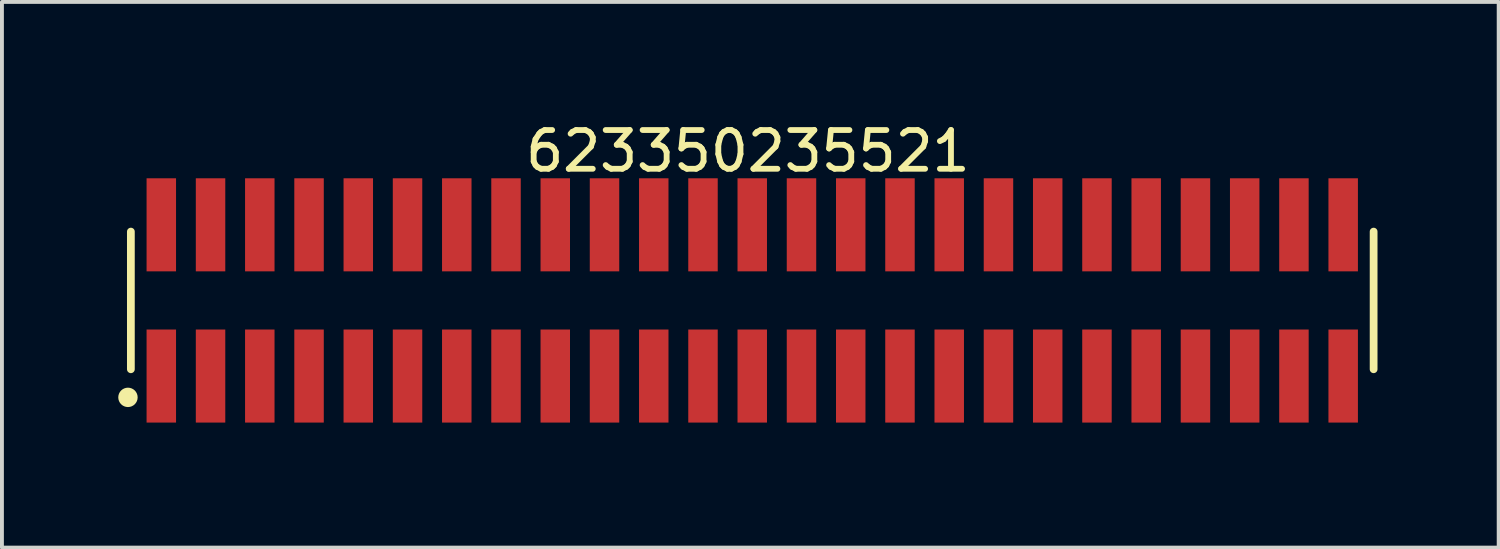
<source format=kicad_pcb>
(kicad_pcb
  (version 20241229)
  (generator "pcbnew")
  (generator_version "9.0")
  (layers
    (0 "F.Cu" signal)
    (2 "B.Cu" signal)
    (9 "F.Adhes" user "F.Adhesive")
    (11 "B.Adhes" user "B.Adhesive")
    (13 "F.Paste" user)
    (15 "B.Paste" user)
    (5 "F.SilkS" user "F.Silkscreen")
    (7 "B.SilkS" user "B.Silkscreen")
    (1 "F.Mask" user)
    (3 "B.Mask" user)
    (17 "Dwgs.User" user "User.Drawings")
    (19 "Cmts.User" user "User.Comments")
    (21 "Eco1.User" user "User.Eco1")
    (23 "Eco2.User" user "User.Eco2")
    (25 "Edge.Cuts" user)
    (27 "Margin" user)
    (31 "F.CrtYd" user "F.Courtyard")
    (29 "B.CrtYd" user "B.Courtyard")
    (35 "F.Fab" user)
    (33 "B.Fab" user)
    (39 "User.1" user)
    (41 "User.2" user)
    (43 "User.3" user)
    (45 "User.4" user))
  (footprint "623350235521"
    (layer "F.Cu")
    (at 16.35 4.698)
    (property "Reference" "623350235521" (at -0.113 -3.85 0) (layer "F.SilkS") (effects (font (size 1 1) (thickness 0.15))))
    (fp_line (start -16.025 1.775) (end -16.025 -1.775) (stroke (width 0.2) (type solid)) (layer "F.SilkS"))
    (fp_line (start 16.025 1.775) (end 16.025 -1.775) (stroke (width 0.2) (type solid)) (layer "F.SilkS"))
    (fp_circle (center -16.1 2.5) (end -16.1 2.375) (stroke (width 0.25) (type solid)) (fill no) (layer "F.SilkS"))
    (fp_line (start -16.225 -3.35) (end 16.225 -3.35) (stroke (width 0.05) (type solid)) (layer "Eco2.User"))
    (fp_line (start -16.225 3.35) (end -16.225 -3.35) (stroke (width 0.05) (type solid)) (layer "Eco2.User"))
    (fp_line (start -16.225 3.35) (end 16.225 3.35) (stroke (width 0.05) (type solid)) (layer "Eco2.User"))
    (fp_line (start -15.875 -1.7) (end 15.875 -1.7) (stroke (width 0.1) (type solid)) (layer "Eco2.User"))
    (fp_line (start -15.875 1.7) (end -15.875 -1.7) (stroke (width 0.1) (type solid)) (layer "Eco2.User"))
    (fp_line (start -15.875 1.7) (end 15.875 1.7) (stroke (width 0.1) (type solid)) (layer "Eco2.User"))
    (fp_line (start -15.44 -2.75) (end -15.04 -2.75) (stroke (width 0.1) (type solid)) (layer "Eco2.User"))
    (fp_line (start -15.44 -1.7) (end -15.44 -2.75) (stroke (width 0.1) (type solid)) (layer "Eco2.User"))
    (fp_line (start -15.44 2.75) (end -15.44 1.7) (stroke (width 0.1) (type solid)) (layer "Eco2.User"))
    (fp_line (start -15.44 2.75) (end -15.04 2.75) (stroke (width 0.1) (type solid)) (layer "Eco2.User"))
    (fp_line (start -15.04 -1.7) (end -15.04 -2.75) (stroke (width 0.1) (type solid)) (layer "Eco2.User"))
    (fp_line (start -15.04 2.75) (end -15.04 1.7) (stroke (width 0.1) (type solid)) (layer "Eco2.User"))
    (fp_line (start -14.17 -2.75) (end -13.77 -2.75) (stroke (width 0.1) (type solid)) (layer "Eco2.User"))
    (fp_line (start -14.17 -1.7) (end -14.17 -2.75) (stroke (width 0.1) (type solid)) (layer "Eco2.User"))
    (fp_line (start -14.17 2.75) (end -14.17 1.7) (stroke (width 0.1) (type solid)) (layer "Eco2.User"))
    (fp_line (start -14.17 2.75) (end -13.77 2.75) (stroke (width 0.1) (type solid)) (layer "Eco2.User"))
    (fp_line (start -13.77 -1.7) (end -13.77 -2.75) (stroke (width 0.1) (type solid)) (layer "Eco2.User"))
    (fp_line (start -13.77 2.75) (end -13.77 1.7) (stroke (width 0.1) (type solid)) (layer "Eco2.User"))
    (fp_line (start -12.9 -2.75) (end -12.5 -2.75) (stroke (width 0.1) (type solid)) (layer "Eco2.User"))
    (fp_line (start -12.9 -1.7) (end -12.9 -2.75) (stroke (width 0.1) (type solid)) (layer "Eco2.User"))
    (fp_line (start -12.9 2.75) (end -12.9 1.7) (stroke (width 0.1) (type solid)) (layer "Eco2.User"))
    (fp_line (start -12.9 2.75) (end -12.5 2.75) (stroke (width 0.1) (type solid)) (layer "Eco2.User"))
    (fp_line (start -12.5 -1.7) (end -12.5 -2.75) (stroke (width 0.1) (type solid)) (layer "Eco2.User"))
    (fp_line (start -12.5 2.75) (end -12.5 1.7) (stroke (width 0.1) (type solid)) (layer "Eco2.User"))
    (fp_line (start -11.63 -2.75) (end -11.23 -2.75) (stroke (width 0.1) (type solid)) (layer "Eco2.User"))
    (fp_line (start -11.63 -1.7) (end -11.63 -2.75) (stroke (width 0.1) (type solid)) (layer "Eco2.User"))
    (fp_line (start -11.63 2.75) (end -11.63 1.7) (stroke (width 0.1) (type solid)) (layer "Eco2.User"))
    (fp_line (start -11.63 2.75) (end -11.23 2.75) (stroke (width 0.1) (type solid)) (layer "Eco2.User"))
    (fp_line (start -11.23 -1.7) (end -11.23 -2.75) (stroke (width 0.1) (type solid)) (layer "Eco2.User"))
    (fp_line (start -11.23 2.75) (end -11.23 1.7) (stroke (width 0.1) (type solid)) (layer "Eco2.User"))
    (fp_line (start -10.36 -2.75) (end -9.96 -2.75) (stroke (width 0.1) (type solid)) (layer "Eco2.User"))
    (fp_line (start -10.36 -1.7) (end -10.36 -2.75) (stroke (width 0.1) (type solid)) (layer "Eco2.User"))
    (fp_line (start -10.36 2.75) (end -10.36 1.7) (stroke (width 0.1) (type solid)) (layer "Eco2.User"))
    (fp_line (start -10.36 2.75) (end -9.96 2.75) (stroke (width 0.1) (type solid)) (layer "Eco2.User"))
    (fp_line (start -9.96 -1.7) (end -9.96 -2.75) (stroke (width 0.1) (type solid)) (layer "Eco2.User"))
    (fp_line (start -9.96 2.75) (end -9.96 1.7) (stroke (width 0.1) (type solid)) (layer "Eco2.User"))
    (fp_line (start -9.09 -2.75) (end -8.69 -2.75) (stroke (width 0.1) (type solid)) (layer "Eco2.User"))
    (fp_line (start -9.09 -1.7) (end -9.09 -2.75) (stroke (width 0.1) (type solid)) (layer "Eco2.User"))
    (fp_line (start -9.09 2.75) (end -9.09 1.7) (stroke (width 0.1) (type solid)) (layer "Eco2.User"))
    (fp_line (start -9.09 2.75) (end -8.69 2.75) (stroke (width 0.1) (type solid)) (layer "Eco2.User"))
    (fp_line (start -8.69 -1.7) (end -8.69 -2.75) (stroke (width 0.1) (type solid)) (layer "Eco2.User"))
    (fp_line (start -8.69 2.75) (end -8.69 1.7) (stroke (width 0.1) (type solid)) (layer "Eco2.User"))
    (fp_line (start -7.82 -2.75) (end -7.42 -2.75) (stroke (width 0.1) (type solid)) (layer "Eco2.User"))
    (fp_line (start -7.82 -1.7) (end -7.82 -2.75) (stroke (width 0.1) (type solid)) (layer "Eco2.User"))
    (fp_line (start -7.82 2.75) (end -7.82 1.7) (stroke (width 0.1) (type solid)) (layer "Eco2.User"))
    (fp_line (start -7.82 2.75) (end -7.42 2.75) (stroke (width 0.1) (type solid)) (layer "Eco2.User"))
    (fp_line (start -7.42 -1.7) (end -7.42 -2.75) (stroke (width 0.1) (type solid)) (layer "Eco2.User"))
    (fp_line (start -7.42 2.75) (end -7.42 1.7) (stroke (width 0.1) (type solid)) (layer "Eco2.User"))
    (fp_line (start -6.55 -2.75) (end -6.15 -2.75) (stroke (width 0.1) (type solid)) (layer "Eco2.User"))
    (fp_line (start -6.55 -1.7) (end -6.55 -2.75) (stroke (width 0.1) (type solid)) (layer "Eco2.User"))
    (fp_line (start -6.55 2.75) (end -6.55 1.7) (stroke (width 0.1) (type solid)) (layer "Eco2.User"))
    (fp_line (start -6.55 2.75) (end -6.15 2.75) (stroke (width 0.1) (type solid)) (layer "Eco2.User"))
    (fp_line (start -6.15 -1.7) (end -6.15 -2.75) (stroke (width 0.1) (type solid)) (layer "Eco2.User"))
    (fp_line (start -6.15 2.75) (end -6.15 1.7) (stroke (width 0.1) (type solid)) (layer "Eco2.User"))
    (fp_line (start -5.28 -2.75) (end -4.88 -2.75) (stroke (width 0.1) (type solid)) (layer "Eco2.User"))
    (fp_line (start -5.28 -1.7) (end -5.28 -2.75) (stroke (width 0.1) (type solid)) (layer "Eco2.User"))
    (fp_line (start -5.28 2.75) (end -5.28 1.7) (stroke (width 0.1) (type solid)) (layer "Eco2.User"))
    (fp_line (start -5.28 2.75) (end -4.88 2.75) (stroke (width 0.1) (type solid)) (layer "Eco2.User"))
    (fp_line (start -4.88 -1.7) (end -4.88 -2.75) (stroke (width 0.1) (type solid)) (layer "Eco2.User"))
    (fp_line (start -4.88 2.75) (end -4.88 1.7) (stroke (width 0.1) (type solid)) (layer "Eco2.User"))
    (fp_line (start -4.01 -2.75) (end -3.61 -2.75) (stroke (width 0.1) (type solid)) (layer "Eco2.User"))
    (fp_line (start -4.01 -1.7) (end -4.01 -2.75) (stroke (width 0.1) (type solid)) (layer "Eco2.User"))
    (fp_line (start -4.01 2.75) (end -4.01 1.7) (stroke (width 0.1) (type solid)) (layer "Eco2.User"))
    (fp_line (start -4.01 2.75) (end -3.61 2.75) (stroke (width 0.1) (type solid)) (layer "Eco2.User"))
    (fp_line (start -3.61 -1.7) (end -3.61 -2.75) (stroke (width 0.1) (type solid)) (layer "Eco2.User"))
    (fp_line (start -3.61 2.75) (end -3.61 1.7) (stroke (width 0.1) (type solid)) (layer "Eco2.User"))
    (fp_line (start -2.74 -2.75) (end -2.34 -2.75) (stroke (width 0.1) (type solid)) (layer "Eco2.User"))
    (fp_line (start -2.74 -1.7) (end -2.74 -2.75) (stroke (width 0.1) (type solid)) (layer "Eco2.User"))
    (fp_line (start -2.74 2.75) (end -2.74 1.7) (stroke (width 0.1) (type solid)) (layer "Eco2.User"))
    (fp_line (start -2.74 2.75) (end -2.34 2.75) (stroke (width 0.1) (type solid)) (layer "Eco2.User"))
    (fp_line (start -2.34 -1.7) (end -2.34 -2.75) (stroke (width 0.1) (type solid)) (layer "Eco2.User"))
    (fp_line (start -2.34 2.75) (end -2.34 1.7) (stroke (width 0.1) (type solid)) (layer "Eco2.User"))
    (fp_line (start -1.47 -2.75) (end -1.07 -2.75) (stroke (width 0.1) (type solid)) (layer "Eco2.User"))
    (fp_line (start -1.47 -1.7) (end -1.47 -2.75) (stroke (width 0.1) (type solid)) (layer "Eco2.User"))
    (fp_line (start -1.47 2.75) (end -1.47 1.7) (stroke (width 0.1) (type solid)) (layer "Eco2.User"))
    (fp_line (start -1.47 2.75) (end -1.07 2.75) (stroke (width 0.1) (type solid)) (layer "Eco2.User"))
    (fp_line (start -1.07 -1.7) (end -1.07 -2.75) (stroke (width 0.1) (type solid)) (layer "Eco2.User"))
    (fp_line (start -1.07 2.75) (end -1.07 1.7) (stroke (width 0.1) (type solid)) (layer "Eco2.User"))
    (fp_line (start -0.5 0) (end 0.5 0) (stroke (width 0.05) (type solid)) (layer "Eco2.User"))
    (fp_line (start -0.2 -2.75) (end 0.2 -2.75) (stroke (width 0.1) (type solid)) (layer "Eco2.User"))
    (fp_line (start -0.2 -1.7) (end -0.2 -2.75) (stroke (width 0.1) (type solid)) (layer "Eco2.User"))
    (fp_line (start -0.2 2.75) (end -0.2 1.7) (stroke (width 0.1) (type solid)) (layer "Eco2.User"))
    (fp_line (start -0.2 2.75) (end 0.2 2.75) (stroke (width 0.1) (type solid)) (layer "Eco2.User"))
    (fp_line (start 0 0.5) (end 0 -0.5) (stroke (width 0.05) (type solid)) (layer "Eco2.User"))
    (fp_line (start 0.2 -1.7) (end 0.2 -2.75) (stroke (width 0.1) (type solid)) (layer "Eco2.User"))
    (fp_line (start 0.2 2.75) (end 0.2 1.7) (stroke (width 0.1) (type solid)) (layer "Eco2.User"))
    (fp_line (start 1.07 -2.75) (end 1.47 -2.75) (stroke (width 0.1) (type solid)) (layer "Eco2.User"))
    (fp_line (start 1.07 -1.7) (end 1.07 -2.75) (stroke (width 0.1) (type solid)) (layer "Eco2.User"))
    (fp_line (start 1.07 2.75) (end 1.07 1.7) (stroke (width 0.1) (type solid)) (layer "Eco2.User"))
    (fp_line (start 1.07 2.75) (end 1.47 2.75) (stroke (width 0.1) (type solid)) (layer "Eco2.User"))
    (fp_line (start 1.47 -1.7) (end 1.47 -2.75) (stroke (width 0.1) (type solid)) (layer "Eco2.User"))
    (fp_line (start 1.47 2.75) (end 1.47 1.7) (stroke (width 0.1) (type solid)) (layer "Eco2.User"))
    (fp_line (start 2.34 -2.75) (end 2.74 -2.75) (stroke (width 0.1) (type solid)) (layer "Eco2.User"))
    (fp_line (start 2.34 -1.7) (end 2.34 -2.75) (stroke (width 0.1) (type solid)) (layer "Eco2.User"))
    (fp_line (start 2.34 2.75) (end 2.34 1.7) (stroke (width 0.1) (type solid)) (layer "Eco2.User"))
    (fp_line (start 2.34 2.75) (end 2.74 2.75) (stroke (width 0.1) (type solid)) (layer "Eco2.User"))
    (fp_line (start 2.74 -1.7) (end 2.74 -2.75) (stroke (width 0.1) (type solid)) (layer "Eco2.User"))
    (fp_line (start 2.74 2.75) (end 2.74 1.7) (stroke (width 0.1) (type solid)) (layer "Eco2.User"))
    (fp_line (start 3.61 -2.75) (end 4.01 -2.75) (stroke (width 0.1) (type solid)) (layer "Eco2.User"))
    (fp_line (start 3.61 -1.7) (end 3.61 -2.75) (stroke (width 0.1) (type solid)) (layer "Eco2.User"))
    (fp_line (start 3.61 2.75) (end 3.61 1.7) (stroke (width 0.1) (type solid)) (layer "Eco2.User"))
    (fp_line (start 3.61 2.75) (end 4.01 2.75) (stroke (width 0.1) (type solid)) (layer "Eco2.User"))
    (fp_line (start 4.01 -1.7) (end 4.01 -2.75) (stroke (width 0.1) (type solid)) (layer "Eco2.User"))
    (fp_line (start 4.01 2.75) (end 4.01 1.7) (stroke (width 0.1) (type solid)) (layer "Eco2.User"))
    (fp_line (start 4.88 -2.75) (end 5.28 -2.75) (stroke (width 0.1) (type solid)) (layer "Eco2.User"))
    (fp_line (start 4.88 -1.7) (end 4.88 -2.75) (stroke (width 0.1) (type solid)) (layer "Eco2.User"))
    (fp_line (start 4.88 2.75) (end 4.88 1.7) (stroke (width 0.1) (type solid)) (layer "Eco2.User"))
    (fp_line (start 4.88 2.75) (end 5.28 2.75) (stroke (width 0.1) (type solid)) (layer "Eco2.User"))
    (fp_line (start 5.28 -1.7) (end 5.28 -2.75) (stroke (width 0.1) (type solid)) (layer "Eco2.User"))
    (fp_line (start 5.28 2.75) (end 5.28 1.7) (stroke (width 0.1) (type solid)) (layer "Eco2.User"))
    (fp_line (start 6.15 -2.75) (end 6.55 -2.75) (stroke (width 0.1) (type solid)) (layer "Eco2.User"))
    (fp_line (start 6.15 -1.7) (end 6.15 -2.75) (stroke (width 0.1) (type solid)) (layer "Eco2.User"))
    (fp_line (start 6.15 2.75) (end 6.15 1.7) (stroke (width 0.1) (type solid)) (layer "Eco2.User"))
    (fp_line (start 6.15 2.75) (end 6.55 2.75) (stroke (width 0.1) (type solid)) (layer "Eco2.User"))
    (fp_line (start 6.55 -1.7) (end 6.55 -2.75) (stroke (width 0.1) (type solid)) (layer "Eco2.User"))
    (fp_line (start 6.55 2.75) (end 6.55 1.7) (stroke (width 0.1) (type solid)) (layer "Eco2.User"))
    (fp_line (start 7.42 -2.75) (end 7.82 -2.75) (stroke (width 0.1) (type solid)) (layer "Eco2.User"))
    (fp_line (start 7.42 -1.7) (end 7.42 -2.75) (stroke (width 0.1) (type solid)) (layer "Eco2.User"))
    (fp_line (start 7.42 2.75) (end 7.42 1.7) (stroke (width 0.1) (type solid)) (layer "Eco2.User"))
    (fp_line (start 7.42 2.75) (end 7.82 2.75) (stroke (width 0.1) (type solid)) (layer "Eco2.User"))
    (fp_line (start 7.82 -1.7) (end 7.82 -2.75) (stroke (width 0.1) (type solid)) (layer "Eco2.User"))
    (fp_line (start 7.82 2.75) (end 7.82 1.7) (stroke (width 0.1) (type solid)) (layer "Eco2.User"))
    (fp_line (start 8.69 -2.75) (end 9.09 -2.75) (stroke (width 0.1) (type solid)) (layer "Eco2.User"))
    (fp_line (start 8.69 -1.7) (end 8.69 -2.75) (stroke (width 0.1) (type solid)) (layer "Eco2.User"))
    (fp_line (start 8.69 2.75) (end 8.69 1.7) (stroke (width 0.1) (type solid)) (layer "Eco2.User"))
    (fp_line (start 8.69 2.75) (end 9.09 2.75) (stroke (width 0.1) (type solid)) (layer "Eco2.User"))
    (fp_line (start 9.09 -1.7) (end 9.09 -2.75) (stroke (width 0.1) (type solid)) (layer "Eco2.User"))
    (fp_line (start 9.09 2.75) (end 9.09 1.7) (stroke (width 0.1) (type solid)) (layer "Eco2.User"))
    (fp_line (start 9.96 -2.75) (end 10.36 -2.75) (stroke (width 0.1) (type solid)) (layer "Eco2.User"))
    (fp_line (start 9.96 -1.7) (end 9.96 -2.75) (stroke (width 0.1) (type solid)) (layer "Eco2.User"))
    (fp_line (start 9.96 2.75) (end 9.96 1.7) (stroke (width 0.1) (type solid)) (layer "Eco2.User"))
    (fp_line (start 9.96 2.75) (end 10.36 2.75) (stroke (width 0.1) (type solid)) (layer "Eco2.User"))
    (fp_line (start 10.36 -1.7) (end 10.36 -2.75) (stroke (width 0.1) (type solid)) (layer "Eco2.User"))
    (fp_line (start 10.36 2.75) (end 10.36 1.7) (stroke (width 0.1) (type solid)) (layer "Eco2.User"))
    (fp_line (start 11.23 -2.75) (end 11.63 -2.75) (stroke (width 0.1) (type solid)) (layer "Eco2.User"))
    (fp_line (start 11.23 -1.7) (end 11.23 -2.75) (stroke (width 0.1) (type solid)) (layer "Eco2.User"))
    (fp_line (start 11.23 2.75) (end 11.23 1.7) (stroke (width 0.1) (type solid)) (layer "Eco2.User"))
    (fp_line (start 11.23 2.75) (end 11.63 2.75) (stroke (width 0.1) (type solid)) (layer "Eco2.User"))
    (fp_line (start 11.63 -1.7) (end 11.63 -2.75) (stroke (width 0.1) (type solid)) (layer "Eco2.User"))
    (fp_line (start 11.63 2.75) (end 11.63 1.7) (stroke (width 0.1) (type solid)) (layer "Eco2.User"))
    (fp_line (start 12.5 -2.75) (end 12.9 -2.75) (stroke (width 0.1) (type solid)) (layer "Eco2.User"))
    (fp_line (start 12.5 -1.7) (end 12.5 -2.75) (stroke (width 0.1) (type solid)) (layer "Eco2.User"))
    (fp_line (start 12.5 2.75) (end 12.5 1.7) (stroke (width 0.1) (type solid)) (layer "Eco2.User"))
    (fp_line (start 12.5 2.75) (end 12.9 2.75) (stroke (width 0.1) (type solid)) (layer "Eco2.User"))
    (fp_line (start 12.9 -1.7) (end 12.9 -2.75) (stroke (width 0.1) (type solid)) (layer "Eco2.User"))
    (fp_line (start 12.9 2.75) (end 12.9 1.7) (stroke (width 0.1) (type solid)) (layer "Eco2.User"))
    (fp_line (start 13.77 -2.75) (end 14.17 -2.75) (stroke (width 0.1) (type solid)) (layer "Eco2.User"))
    (fp_line (start 13.77 -1.7) (end 13.77 -2.75) (stroke (width 0.1) (type solid)) (layer "Eco2.User"))
    (fp_line (start 13.77 2.75) (end 13.77 1.7) (stroke (width 0.1) (type solid)) (layer "Eco2.User"))
    (fp_line (start 13.77 2.75) (end 14.17 2.75) (stroke (width 0.1) (type solid)) (layer "Eco2.User"))
    (fp_line (start 14.17 -1.7) (end 14.17 -2.75) (stroke (width 0.1) (type solid)) (layer "Eco2.User"))
    (fp_line (start 14.17 2.75) (end 14.17 1.7) (stroke (width 0.1) (type solid)) (layer "Eco2.User"))
    (fp_line (start 15.04 -2.75) (end 15.44 -2.75) (stroke (width 0.1) (type solid)) (layer "Eco2.User"))
    (fp_line (start 15.04 -1.7) (end 15.04 -2.75) (stroke (width 0.1) (type solid)) (layer "Eco2.User"))
    (fp_line (start 15.04 2.75) (end 15.04 1.7) (stroke (width 0.1) (type solid)) (layer "Eco2.User"))
    (fp_line (start 15.04 2.75) (end 15.44 2.75) (stroke (width 0.1) (type solid)) (layer "Eco2.User"))
    (fp_line (start 15.44 -1.7) (end 15.44 -2.75) (stroke (width 0.1) (type solid)) (layer "Eco2.User"))
    (fp_line (start 15.44 2.75) (end 15.44 1.7) (stroke (width 0.1) (type solid)) (layer "Eco2.User"))
    (fp_line (start 15.875 1.7) (end 15.875 -1.7) (stroke (width 0.1) (type solid)) (layer "Eco2.User"))
    (fp_line (start 16.225 3.35) (end 16.225 -3.35) (stroke (width 0.05) (type solid)) (layer "Eco2.User"))
    (fp_text user "${REFERENCE}" (at 0.15 -0.197 0) (unlocked yes) (layer "User.3") (effects (font (size 1.5 1.5) (thickness 0.15))))
    (pad "1" smd rect (at -15.24 1.95) (size 0.76 2.4) (layers "F.Cu" "F.Mask" "F.Paste"))
    (pad "2" smd rect (at -15.24 -1.95) (size 0.76 2.4) (layers "F.Cu" "F.Mask" "F.Paste"))
    (pad "3" smd rect (at -13.97 1.95) (size 0.76 2.4) (layers "F.Cu" "F.Mask" "F.Paste"))
    (pad "4" smd rect (at -13.97 -1.95) (size 0.76 2.4) (layers "F.Cu" "F.Mask" "F.Paste"))
    (pad "5" smd rect (at -12.7 1.95) (size 0.76 2.4) (layers "F.Cu" "F.Mask" "F.Paste"))
    (pad "6" smd rect (at -12.7 -1.95) (size 0.76 2.4) (layers "F.Cu" "F.Mask" "F.Paste"))
    (pad "7" smd rect (at -11.43 1.95) (size 0.76 2.4) (layers "F.Cu" "F.Mask" "F.Paste"))
    (pad "8" smd rect (at -11.43 -1.95) (size 0.76 2.4) (layers "F.Cu" "F.Mask" "F.Paste"))
    (pad "9" smd rect (at -10.16 1.95) (size 0.76 2.4) (layers "F.Cu" "F.Mask" "F.Paste"))
    (pad "10" smd rect (at -10.16 -1.95) (size 0.76 2.4) (layers "F.Cu" "F.Mask" "F.Paste"))
    (pad "11" smd rect (at -8.89 1.95) (size 0.76 2.4) (layers "F.Cu" "F.Mask" "F.Paste"))
    (pad "12" smd rect (at -8.89 -1.95) (size 0.76 2.4) (layers "F.Cu" "F.Mask" "F.Paste"))
    (pad "13" smd rect (at -7.62 1.95) (size 0.76 2.4) (layers "F.Cu" "F.Mask" "F.Paste"))
    (pad "14" smd rect (at -7.62 -1.95) (size 0.76 2.4) (layers "F.Cu" "F.Mask" "F.Paste"))
    (pad "15" smd rect (at -6.35 1.95) (size 0.76 2.4) (layers "F.Cu" "F.Mask" "F.Paste"))
    (pad "16" smd rect (at -6.35 -1.95) (size 0.76 2.4) (layers "F.Cu" "F.Mask" "F.Paste"))
    (pad "17" smd rect (at -5.08 1.95) (size 0.76 2.4) (layers "F.Cu" "F.Mask" "F.Paste"))
    (pad "18" smd rect (at -5.08 -1.95) (size 0.76 2.4) (layers "F.Cu" "F.Mask" "F.Paste"))
    (pad "19" smd rect (at -3.81 1.95) (size 0.76 2.4) (layers "F.Cu" "F.Mask" "F.Paste"))
    (pad "20" smd rect (at -3.81 -1.95) (size 0.76 2.4) (layers "F.Cu" "F.Mask" "F.Paste"))
    (pad "21" smd rect (at -2.54 1.95) (size 0.76 2.4) (layers "F.Cu" "F.Mask" "F.Paste"))
    (pad "22" smd rect (at -2.54 -1.95) (size 0.76 2.4) (layers "F.Cu" "F.Mask" "F.Paste"))
    (pad "23" smd rect (at -1.27 1.95) (size 0.76 2.4) (layers "F.Cu" "F.Mask" "F.Paste"))
    (pad "24" smd rect (at -1.27 -1.95) (size 0.76 2.4) (layers "F.Cu" "F.Mask" "F.Paste"))
    (pad "25" smd rect (at 0 1.95) (size 0.76 2.4) (layers "F.Cu" "F.Mask" "F.Paste"))
    (pad "26" smd rect (at 0 -1.95) (size 0.76 2.4) (layers "F.Cu" "F.Mask" "F.Paste"))
    (pad "27" smd rect (at 1.27 1.95) (size 0.76 2.4) (layers "F.Cu" "F.Mask" "F.Paste"))
    (pad "28" smd rect (at 1.27 -1.95) (size 0.76 2.4) (layers "F.Cu" "F.Mask" "F.Paste"))
    (pad "29" smd rect (at 2.54 1.95) (size 0.76 2.4) (layers "F.Cu" "F.Mask" "F.Paste"))
    (pad "30" smd rect (at 2.54 -1.95) (size 0.76 2.4) (layers "F.Cu" "F.Mask" "F.Paste"))
    (pad "31" smd rect (at 3.81 1.95) (size 0.76 2.4) (layers "F.Cu" "F.Mask" "F.Paste"))
    (pad "32" smd rect (at 3.81 -1.95) (size 0.76 2.4) (layers "F.Cu" "F.Mask" "F.Paste"))
    (pad "33" smd rect (at 5.08 1.95) (size 0.76 2.4) (layers "F.Cu" "F.Mask" "F.Paste"))
    (pad "34" smd rect (at 5.08 -1.95) (size 0.76 2.4) (layers "F.Cu" "F.Mask" "F.Paste"))
    (pad "35" smd rect (at 6.35 1.95) (size 0.76 2.4) (layers "F.Cu" "F.Mask" "F.Paste"))
    (pad "36" smd rect (at 6.35 -1.95) (size 0.76 2.4) (layers "F.Cu" "F.Mask" "F.Paste"))
    (pad "37" smd rect (at 7.62 1.95) (size 0.76 2.4) (layers "F.Cu" "F.Mask" "F.Paste"))
    (pad "38" smd rect (at 7.62 -1.95) (size 0.76 2.4) (layers "F.Cu" "F.Mask" "F.Paste"))
    (pad "39" smd rect (at 8.89 1.95) (size 0.76 2.4) (layers "F.Cu" "F.Mask" "F.Paste"))
    (pad "40" smd rect (at 8.89 -1.95) (size 0.76 2.4) (layers "F.Cu" "F.Mask" "F.Paste"))
    (pad "41" smd rect (at 10.16 1.95) (size 0.76 2.4) (layers "F.Cu" "F.Mask" "F.Paste"))
    (pad "42" smd rect (at 10.16 -1.95) (size 0.76 2.4) (layers "F.Cu" "F.Mask" "F.Paste"))
    (pad "43" smd rect (at 11.43 1.95) (size 0.76 2.4) (layers "F.Cu" "F.Mask" "F.Paste"))
    (pad "44" smd rect (at 11.43 -1.95) (size 0.76 2.4) (layers "F.Cu" "F.Mask" "F.Paste"))
    (pad "45" smd rect (at 12.7 1.95) (size 0.76 2.4) (layers "F.Cu" "F.Mask" "F.Paste"))
    (pad "46" smd rect (at 12.7 -1.95) (size 0.76 2.4) (layers "F.Cu" "F.Mask" "F.Paste"))
    (pad "47" smd rect (at 13.97 1.95) (size 0.76 2.4) (layers "F.Cu" "F.Mask" "F.Paste"))
    (pad "48" smd rect (at 13.97 -1.95) (size 0.76 2.4) (layers "F.Cu" "F.Mask" "F.Paste"))
    (pad "49" smd rect (at 15.24 1.95) (size 0.76 2.4) (layers "F.Cu" "F.Mask" "F.Paste"))
    (pad "50" smd rect (at 15.24 -1.95) (size 0.76 2.4) (layers "F.Cu" "F.Mask" "F.Paste")))
  (gr_rect
    (start -3 -3)
    (end 35.6 11.073)
    (stroke (width 0.1) (type default))
    (fill no)
    (layer "Edge.Cuts")))
</source>
